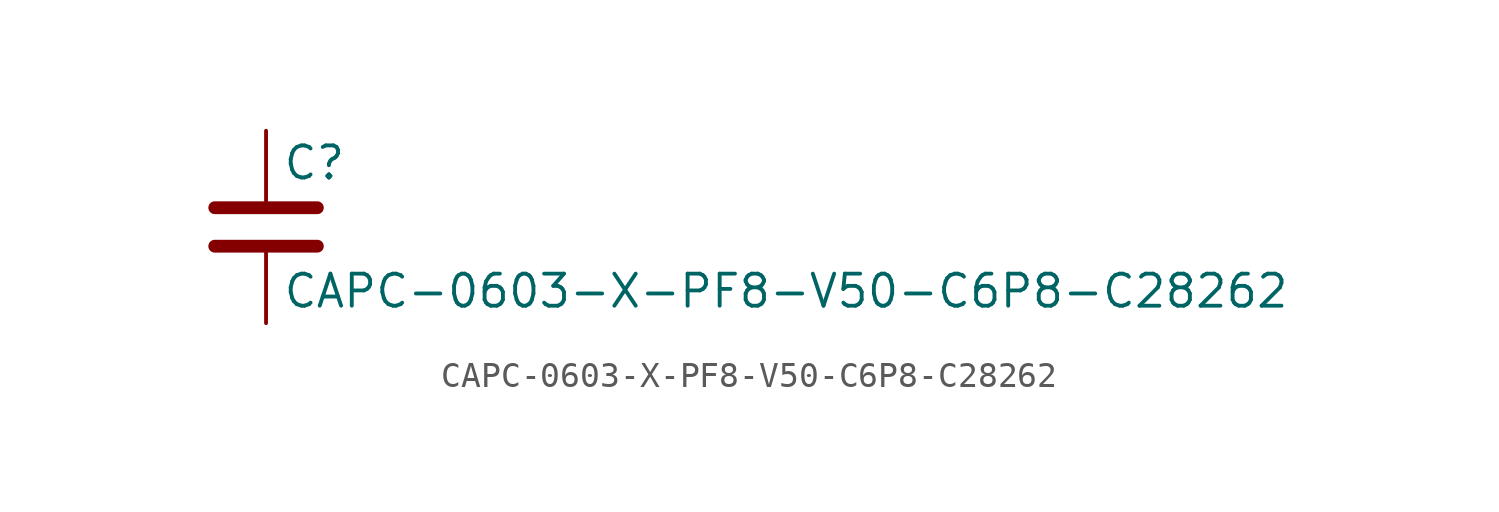
<source format=kicad_sym>
(kicad_symbol_lib
  (version 20211014)
  (generator kicad_symbol_editor)
  (symbol "CAPC-0603-X-PF8-V50-C6P8-C28262"
    (pin_numbers hide)
    (pin_names
      (offset 0.254))
    (property "Reference" "C"
      (at 0.635 2.54 0)
      (effects (font (size 1.27 1.27)) (justify left)))
    (property "Value" "CAPC-0603-X-PF8-V50-C6P8-C28262"
      (at 0.635 -2.54 0)
      (effects (font (size 1.27 1.27)) (justify left)))
    (symbol "CAPC-0603-X-PF8-V50-C6P8-C28262_0_1"
      (polyline (pts (xy -2.032 -0.762) (xy 2.032 -0.762)) (stroke (width 0.508) (type default) (color 0 0 0 0)) (fill (type none)))
      (polyline (pts (xy -2.032 0.762) (xy 2.032 0.762)) (stroke (width 0.508) (type default) (color 0 0 0 0)) (fill (type none))))
    (symbol "CAPC-0603-X-PF8-V50-C6P8-C28262_1_1"
      (pin passive line (at 0 3.81 270) (length 2.794) (name "~" (effects (font (size 1.27 1.27)))) (number "1" (effects (font (size 1.27 1.27)))))
      (pin passive line (at 0 -3.81 90) (length 2.794) (name "~" (effects (font (size 1.27 1.27)))) (number "2" (effects (font (size 1.27 1.27))))))))
</source>
